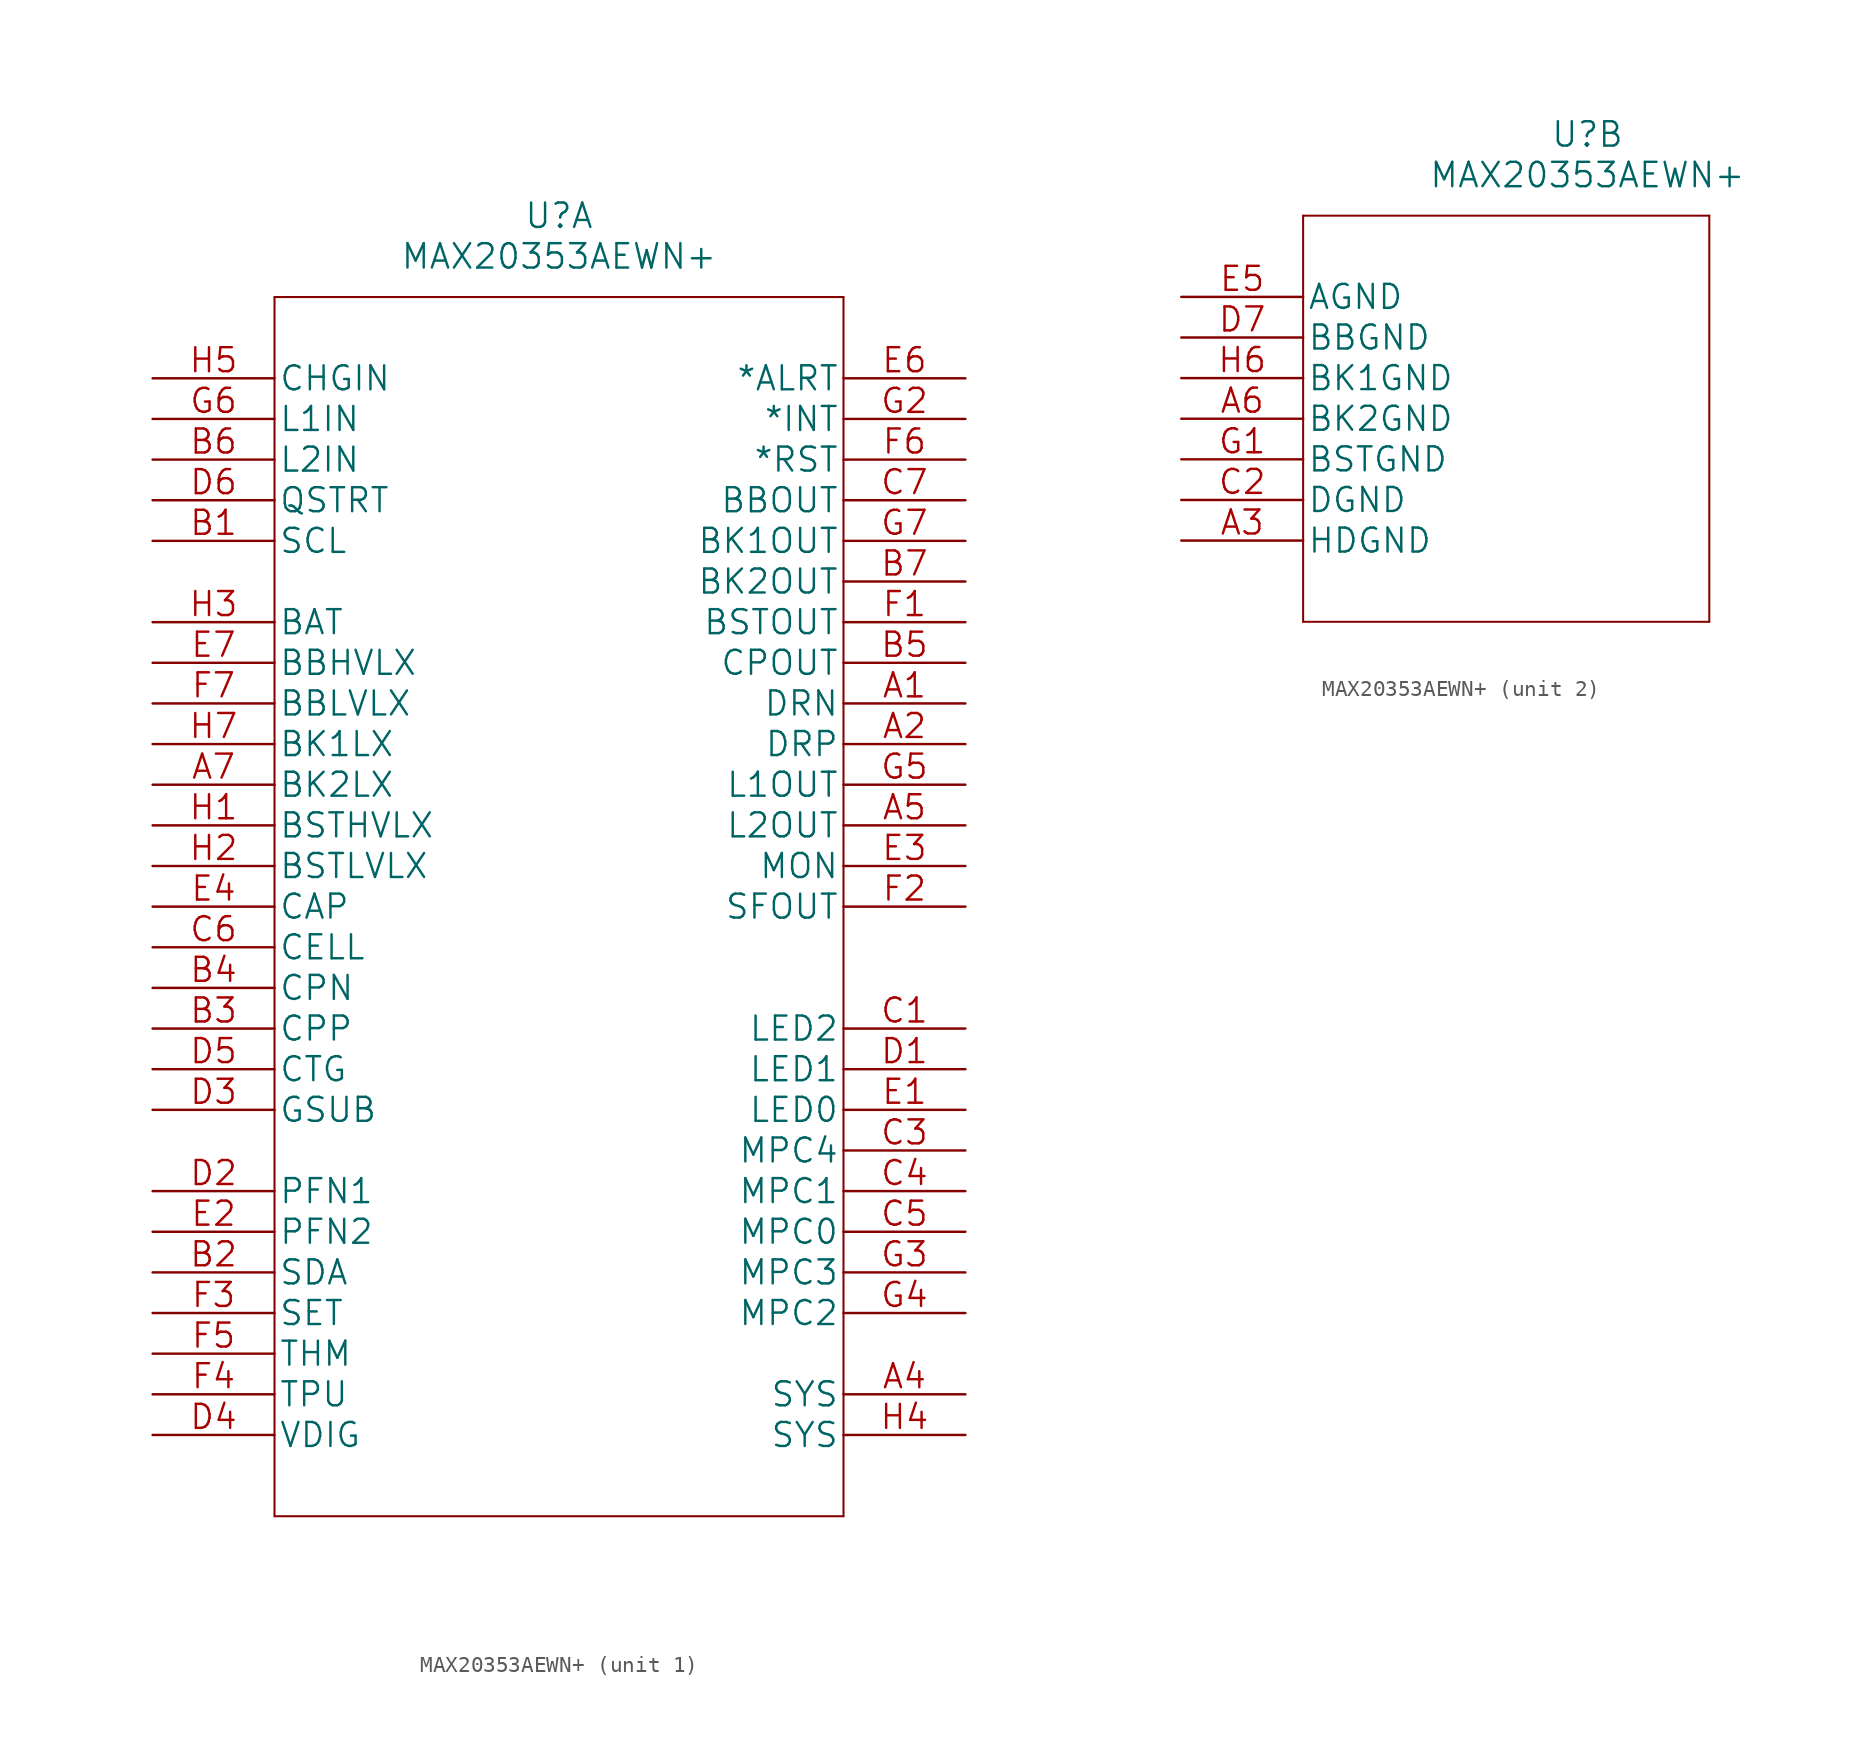
<source format=kicad_sym>
(kicad_symbol_lib
  (version 20211014)
  (generator kicad_symbol_editor)
  (symbol "MAX20353AEWN+"
    (pin_names
      (offset 0.254))
    (property "Reference" "U"
      (at 25.4 10.16 0)
      (effects (font (size 1.524 1.524))))
    (property "Value" "MAX20353AEWN+"
      (at 25.4 7.62 0)
      (effects (font (size 1.524 1.524))))
    (property "Datasheet" ""
      (at 0 0 0)
      (effects (font (size 1.524 1.524))))
    (symbol "MAX20353AEWN+_1_1"
      (polyline (pts (xy 7.62 -71.12) (xy 43.18 -71.12)) (stroke (width 0.127) (type default) (color 0 0 0 0)) (fill (type none)))
      (polyline (pts (xy 7.62 5.08) (xy 7.62 -71.12)) (stroke (width 0.127) (type default) (color 0 0 0 0)) (fill (type none)))
      (polyline (pts (xy 43.18 -71.12) (xy 43.18 5.08)) (stroke (width 0.127) (type default) (color 0 0 0 0)) (fill (type none)))
      (polyline (pts (xy 43.18 5.08) (xy 7.62 5.08)) (stroke (width 0.127) (type default) (color 0 0 0 0)) (fill (type none)))
      (pin output line (at 50.8 -20.32 180) (length 7.62) (name "DRN" (effects (font (size 1.499 1.499)))) (number "A1" (effects (font (size 1.499 1.499)))))
      (pin output line (at 50.8 -22.86 180) (length 7.62) (name "DRP" (effects (font (size 1.499 1.499)))) (number "A2" (effects (font (size 1.499 1.499)))))
      (pin unspecified line (at 50.8 -63.5 180) (length 7.62) (name "SYS" (effects (font (size 1.499 1.499)))) (number "A4" (effects (font (size 1.499 1.499)))))
      (pin output line (at 50.8 -27.94 180) (length 7.62) (name "L2OUT" (effects (font (size 1.499 1.499)))) (number "A5" (effects (font (size 1.499 1.499)))))
      (pin unspecified line (at 0 -25.4 0) (length 7.62) (name "BK2LX" (effects (font (size 1.499 1.499)))) (number "A7" (effects (font (size 1.499 1.499)))))
      (pin input line (at 0 -10.16 0) (length 7.62) (name "SCL" (effects (font (size 1.499 1.499)))) (number "B1" (effects (font (size 1.499 1.499)))))
      (pin bidirectional line (at 0 -55.88 0) (length 7.62) (name "SDA" (effects (font (size 1.499 1.499)))) (number "B2" (effects (font (size 1.499 1.499)))))
      (pin unspecified line (at 0 -40.64 0) (length 7.62) (name "CPP" (effects (font (size 1.499 1.499)))) (number "B3" (effects (font (size 1.499 1.499)))))
      (pin unspecified line (at 0 -38.1 0) (length 7.62) (name "CPN" (effects (font (size 1.499 1.499)))) (number "B4" (effects (font (size 1.499 1.499)))))
      (pin output line (at 50.8 -17.78 180) (length 7.62) (name "CPOUT" (effects (font (size 1.499 1.499)))) (number "B5" (effects (font (size 1.499 1.499)))))
      (pin input line (at 0 -5.08 0) (length 7.62) (name "L2IN" (effects (font (size 1.499 1.499)))) (number "B6" (effects (font (size 1.499 1.499)))))
      (pin output line (at 50.8 -12.7 180) (length 7.62) (name "BK2OUT" (effects (font (size 1.499 1.499)))) (number "B7" (effects (font (size 1.499 1.499)))))
      (pin output line (at 50.8 -40.64 180) (length 7.62) (name "LED2" (effects (font (size 1.499 1.499)))) (number "C1" (effects (font (size 1.499 1.499)))))
      (pin bidirectional line (at 50.8 -48.26 180) (length 7.62) (name "MPC4" (effects (font (size 1.499 1.499)))) (number "C3" (effects (font (size 1.499 1.499)))))
      (pin bidirectional line (at 50.8 -50.8 180) (length 7.62) (name "MPC1" (effects (font (size 1.499 1.499)))) (number "C4" (effects (font (size 1.499 1.499)))))
      (pin bidirectional line (at 50.8 -53.34 180) (length 7.62) (name "MPC0" (effects (font (size 1.499 1.499)))) (number "C5" (effects (font (size 1.499 1.499)))))
      (pin unspecified line (at 0 -35.56 0) (length 7.62) (name "CELL" (effects (font (size 1.499 1.499)))) (number "C6" (effects (font (size 1.499 1.499)))))
      (pin output line (at 50.8 -7.62 180) (length 7.62) (name "BBOUT" (effects (font (size 1.499 1.499)))) (number "C7" (effects (font (size 1.499 1.499)))))
      (pin output line (at 50.8 -43.18 180) (length 7.62) (name "LED1" (effects (font (size 1.499 1.499)))) (number "D1" (effects (font (size 1.499 1.499)))))
      (pin unspecified line (at 0 -50.8 0) (length 7.62) (name "PFN1" (effects (font (size 1.499 1.499)))) (number "D2" (effects (font (size 1.499 1.499)))))
      (pin unspecified line (at 0 -45.72 0) (length 7.62) (name "GSUB" (effects (font (size 1.499 1.499)))) (number "D3" (effects (font (size 1.499 1.499)))))
      (pin unspecified line (at 0 -66.04 0) (length 7.62) (name "VDIG" (effects (font (size 1.499 1.499)))) (number "D4" (effects (font (size 1.499 1.499)))))
      (pin unspecified line (at 0 -43.18 0) (length 7.62) (name "CTG" (effects (font (size 1.499 1.499)))) (number "D5" (effects (font (size 1.499 1.499)))))
      (pin input line (at 0 -7.62 0) (length 7.62) (name "QSTRT" (effects (font (size 1.499 1.499)))) (number "D6" (effects (font (size 1.499 1.499)))))
      (pin output line (at 50.8 -45.72 180) (length 7.62) (name "LED0" (effects (font (size 1.499 1.499)))) (number "E1" (effects (font (size 1.499 1.499)))))
      (pin unspecified line (at 0 -53.34 0) (length 7.62) (name "PFN2" (effects (font (size 1.499 1.499)))) (number "E2" (effects (font (size 1.499 1.499)))))
      (pin output line (at 50.8 -30.48 180) (length 7.62) (name "MON" (effects (font (size 1.499 1.499)))) (number "E3" (effects (font (size 1.499 1.499)))))
      (pin unspecified line (at 0 -33.02 0) (length 7.62) (name "CAP" (effects (font (size 1.499 1.499)))) (number "E4" (effects (font (size 1.499 1.499)))))
      (pin output line (at 50.8 0 180) (length 7.62) (name "*ALRT" (effects (font (size 1.499 1.499)))) (number "E6" (effects (font (size 1.499 1.499)))))
      (pin unspecified line (at 0 -17.78 0) (length 7.62) (name "BBHVLX" (effects (font (size 1.499 1.499)))) (number "E7" (effects (font (size 1.499 1.499)))))
      (pin output line (at 50.8 -15.24 180) (length 7.62) (name "BSTOUT" (effects (font (size 1.499 1.499)))) (number "F1" (effects (font (size 1.499 1.499)))))
      (pin unspecified line (at 50.8 -33.02 180) (length 7.62) (name "SFOUT" (effects (font (size 1.499 1.499)))) (number "F2" (effects (font (size 1.499 1.499)))))
      (pin unspecified line (at 0 -58.42 0) (length 7.62) (name "SET" (effects (font (size 1.499 1.499)))) (number "F3" (effects (font (size 1.499 1.499)))))
      (pin unspecified line (at 0 -63.5 0) (length 7.62) (name "TPU" (effects (font (size 1.499 1.499)))) (number "F4" (effects (font (size 1.499 1.499)))))
      (pin unspecified line (at 0 -60.96 0) (length 7.62) (name "THM" (effects (font (size 1.499 1.499)))) (number "F5" (effects (font (size 1.499 1.499)))))
      (pin output line (at 50.8 -5.08 180) (length 7.62) (name "*RST" (effects (font (size 1.499 1.499)))) (number "F6" (effects (font (size 1.499 1.499)))))
      (pin unspecified line (at 0 -20.32 0) (length 7.62) (name "BBLVLX" (effects (font (size 1.499 1.499)))) (number "F7" (effects (font (size 1.499 1.499)))))
      (pin output line (at 50.8 -2.54 180) (length 7.62) (name "*INT" (effects (font (size 1.499 1.499)))) (number "G2" (effects (font (size 1.499 1.499)))))
      (pin bidirectional line (at 50.8 -55.88 180) (length 7.62) (name "MPC3" (effects (font (size 1.499 1.499)))) (number "G3" (effects (font (size 1.499 1.499)))))
      (pin bidirectional line (at 50.8 -58.42 180) (length 7.62) (name "MPC2" (effects (font (size 1.499 1.499)))) (number "G4" (effects (font (size 1.499 1.499)))))
      (pin output line (at 50.8 -25.4 180) (length 7.62) (name "L1OUT" (effects (font (size 1.499 1.499)))) (number "G5" (effects (font (size 1.499 1.499)))))
      (pin input line (at 0 -2.54 0) (length 7.62) (name "L1IN" (effects (font (size 1.499 1.499)))) (number "G6" (effects (font (size 1.499 1.499)))))
      (pin output line (at 50.8 -10.16 180) (length 7.62) (name "BK1OUT" (effects (font (size 1.499 1.499)))) (number "G7" (effects (font (size 1.499 1.499)))))
      (pin unspecified line (at 0 -27.94 0) (length 7.62) (name "BSTHVLX" (effects (font (size 1.499 1.499)))) (number "H1" (effects (font (size 1.499 1.499)))))
      (pin unspecified line (at 0 -30.48 0) (length 7.62) (name "BSTLVLX" (effects (font (size 1.499 1.499)))) (number "H2" (effects (font (size 1.499 1.499)))))
      (pin unspecified line (at 0 -15.24 0) (length 7.62) (name "BAT" (effects (font (size 1.499 1.499)))) (number "H3" (effects (font (size 1.499 1.499)))))
      (pin unspecified line (at 50.8 -66.04 180) (length 7.62) (name "SYS" (effects (font (size 1.499 1.499)))) (number "H4" (effects (font (size 1.499 1.499)))))
      (pin input line (at 0 0 0) (length 7.62) (name "CHGIN" (effects (font (size 1.499 1.499)))) (number "H5" (effects (font (size 1.499 1.499)))))
      (pin unspecified line (at 0 -22.86 0) (length 7.62) (name "BK1LX" (effects (font (size 1.499 1.499)))) (number "H7" (effects (font (size 1.499 1.499))))))
    (symbol "MAX20353AEWN+_2_1"
      (polyline (pts (xy 7.62 -20.32) (xy 33.02 -20.32)) (stroke (width 0.127) (type default) (color 0 0 0 0)) (fill (type none)))
      (polyline (pts (xy 7.62 5.08) (xy 7.62 -20.32)) (stroke (width 0.127) (type default) (color 0 0 0 0)) (fill (type none)))
      (polyline (pts (xy 33.02 -20.32) (xy 33.02 5.08)) (stroke (width 0.127) (type default) (color 0 0 0 0)) (fill (type none)))
      (polyline (pts (xy 33.02 5.08) (xy 7.62 5.08)) (stroke (width 0.127) (type default) (color 0 0 0 0)) (fill (type none)))
      (pin power_in line (at 0 -15.24 0) (length 7.62) (name "HDGND" (effects (font (size 1.499 1.499)))) (number "A3" (effects (font (size 1.499 1.499)))))
      (pin power_in line (at 0 -7.62 0) (length 7.62) (name "BK2GND" (effects (font (size 1.499 1.499)))) (number "A6" (effects (font (size 1.499 1.499)))))
      (pin power_in line (at 0 -12.7 0) (length 7.62) (name "DGND" (effects (font (size 1.499 1.499)))) (number "C2" (effects (font (size 1.499 1.499)))))
      (pin power_in line (at 0 -2.54 0) (length 7.62) (name "BBGND" (effects (font (size 1.499 1.499)))) (number "D7" (effects (font (size 1.499 1.499)))))
      (pin power_in line (at 0 0 0) (length 7.62) (name "AGND" (effects (font (size 1.499 1.499)))) (number "E5" (effects (font (size 1.499 1.499)))))
      (pin power_in line (at 0 -10.16 0) (length 7.62) (name "BSTGND" (effects (font (size 1.499 1.499)))) (number "G1" (effects (font (size 1.499 1.499)))))
      (pin power_in line (at 0 -5.08 0) (length 7.62) (name "BK1GND" (effects (font (size 1.499 1.499)))) (number "H6" (effects (font (size 1.499 1.499))))))))
</source>
